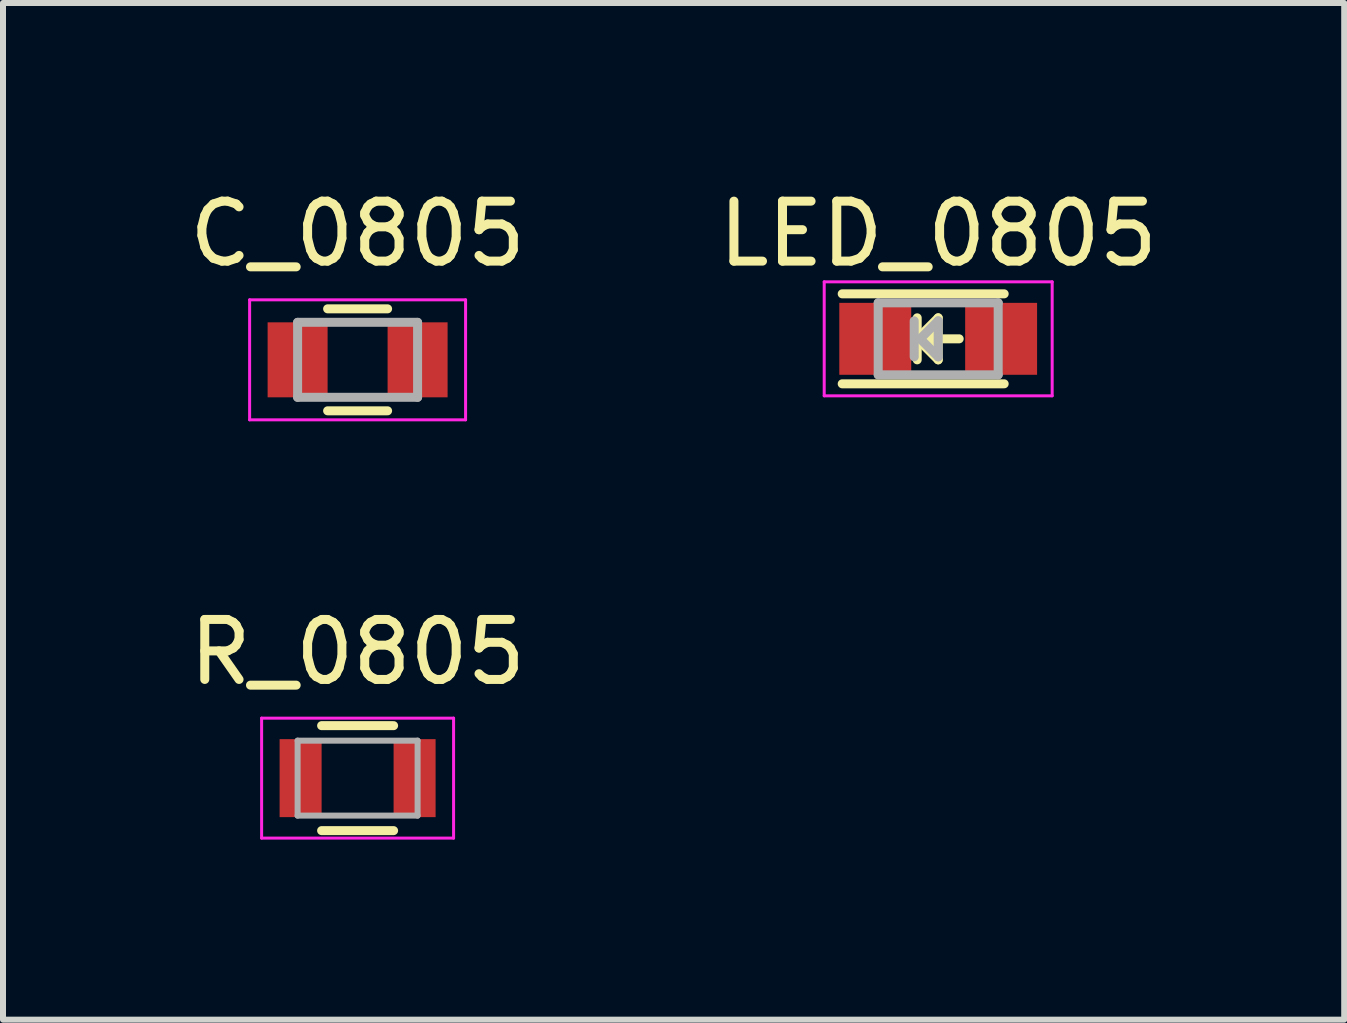
<source format=kicad_pcb>
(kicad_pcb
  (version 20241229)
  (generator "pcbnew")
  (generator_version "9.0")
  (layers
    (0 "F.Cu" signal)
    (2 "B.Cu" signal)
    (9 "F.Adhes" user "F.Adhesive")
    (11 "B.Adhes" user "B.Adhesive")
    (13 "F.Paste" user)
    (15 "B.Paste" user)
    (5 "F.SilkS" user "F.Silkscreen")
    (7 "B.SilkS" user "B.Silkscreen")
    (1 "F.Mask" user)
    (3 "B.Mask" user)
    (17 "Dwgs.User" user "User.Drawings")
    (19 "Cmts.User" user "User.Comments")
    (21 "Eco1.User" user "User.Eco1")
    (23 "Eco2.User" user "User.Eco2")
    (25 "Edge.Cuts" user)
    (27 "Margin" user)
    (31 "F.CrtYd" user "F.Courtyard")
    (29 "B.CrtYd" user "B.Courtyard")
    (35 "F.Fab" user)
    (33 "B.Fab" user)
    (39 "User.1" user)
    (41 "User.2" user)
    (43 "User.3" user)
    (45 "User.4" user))
  (footprint "LED_0805"
    (layer "F.Cu")
    (at 12.589 2.598)
    (property "Reference" "LED_0805" (at 0 -1.75 0) (layer "F.SilkS") (effects (font (size 1 1) (thickness 0.15))))
    (attr smd)
    (fp_line (start -1.6 -0.75) (end 1.1 -0.75) (stroke (width 0.15) (type solid)) (layer "F.SilkS"))
    (fp_line (start -1.6 0.75) (end 1.1 0.75) (stroke (width 0.15) (type solid)) (layer "F.SilkS"))
    (fp_line (start -0.35 -0.35) (end -0.35 0.35) (stroke (width 0.15) (type solid)) (layer "F.SilkS"))
    (fp_line (start -0.35 0) (end 0 -0.35) (stroke (width 0.15) (type solid)) (layer "F.SilkS"))
    (fp_line (start -0.1 -0.1) (end -0.25 0.05) (stroke (width 0.15) (type solid)) (layer "F.SilkS"))
    (fp_line (start -0.1 0.15) (end -0.1 -0.1) (stroke (width 0.15) (type solid)) (layer "F.SilkS"))
    (fp_line (start 0 -0.35) (end 0 0.35) (stroke (width 0.15) (type solid)) (layer "F.SilkS"))
    (fp_line (start 0 0) (end 0.35 0) (stroke (width 0.15) (type solid)) (layer "F.SilkS"))
    (fp_line (start 0 0.35) (end -0.35 0) (stroke (width 0.15) (type solid)) (layer "F.SilkS"))
    (fp_line (start -1.9 -0.95) (end 1.9 -0.95) (stroke (width 0.05) (type solid)) (layer "F.CrtYd"))
    (fp_line (start -1.9 0.95) (end -1.9 -0.95) (stroke (width 0.05) (type solid)) (layer "F.CrtYd"))
    (fp_line (start 1.9 -0.95) (end 1.9 0.95) (stroke (width 0.05) (type solid)) (layer "F.CrtYd"))
    (fp_line (start 1.9 0.95) (end -1.9 0.95) (stroke (width 0.05) (type solid)) (layer "F.CrtYd"))
    (fp_line (start -1 -0.6) (end -1 0.6) (stroke (width 0.15) (type solid)) (layer "F.Fab"))
    (fp_line (start -1 0.6) (end 1 0.6) (stroke (width 0.15) (type solid)) (layer "F.Fab"))
    (fp_line (start -0.4 -0.3) (end -0.4 0.3) (stroke (width 0.15) (type solid)) (layer "F.Fab"))
    (fp_line (start -0.3 0) (end 0 -0.3) (stroke (width 0.15) (type solid)) (layer "F.Fab"))
    (fp_line (start 0 -0.3) (end 0 0.3) (stroke (width 0.15) (type solid)) (layer "F.Fab"))
    (fp_line (start 0 0.3) (end -0.3 0) (stroke (width 0.15) (type solid)) (layer "F.Fab"))
    (fp_line (start 1 -0.6) (end -1 -0.6) (stroke (width 0.15) (type solid)) (layer "F.Fab"))
    (fp_line (start 1 0.6) (end 1 -0.6) (stroke (width 0.15) (type solid)) (layer "F.Fab"))
    (pad "1" smd rect (at -1.049 0 180) (size 1.199 1.199) (layers "F.Cu" "F.Mask" "F.Paste"))
    (pad "2" smd rect (at 1.049 0 180) (size 1.199 1.199) (layers "F.Cu" "F.Mask" "F.Paste")))
  (footprint "R_0805"
    (layer "F.Cu")
    (at 2.911 9.921)
    (property "Reference" "R_0805" (at 0 -2.1 0) (layer "F.SilkS") (effects (font (size 1 1) (thickness 0.15))))
    (attr smd)
    (fp_line (start -0.6 -0.875) (end 0.6 -0.875) (stroke (width 0.15) (type solid)) (layer "F.SilkS"))
    (fp_line (start 0.6 0.875) (end -0.6 0.875) (stroke (width 0.15) (type solid)) (layer "F.SilkS"))
    (fp_line (start -1.6 -1) (end -1.6 1) (stroke (width 0.05) (type solid)) (layer "F.CrtYd"))
    (fp_line (start -1.6 -1) (end 1.6 -1) (stroke (width 0.05) (type solid)) (layer "F.CrtYd"))
    (fp_line (start -1.6 1) (end 1.6 1) (stroke (width 0.05) (type solid)) (layer "F.CrtYd"))
    (fp_line (start 1.6 -1) (end 1.6 1) (stroke (width 0.05) (type solid)) (layer "F.CrtYd"))
    (fp_line (start -1 -0.625) (end 1 -0.625) (stroke (width 0.1) (type solid)) (layer "F.Fab"))
    (fp_line (start -1 0.625) (end -1 -0.625) (stroke (width 0.1) (type solid)) (layer "F.Fab"))
    (fp_line (start 1 -0.625) (end 1 0.625) (stroke (width 0.1) (type solid)) (layer "F.Fab"))
    (fp_line (start 1 0.625) (end -1 0.625) (stroke (width 0.1) (type solid)) (layer "F.Fab"))
    (pad "1" smd rect (at -0.95 0) (size 0.7 1.3) (layers "F.Cu" "F.Mask" "F.Paste"))
    (pad "2" smd rect (at 0.95 0) (size 0.7 1.3) (layers "F.Cu" "F.Mask" "F.Paste")))
  (footprint "C_0805"
    (layer "F.Cu")
    (at 2.911 2.948)
    (property "Reference" "C_0805" (at 0 -2.1 0) (layer "F.SilkS") (effects (font (size 1 1) (thickness 0.15))))
    (attr smd)
    (fp_line (start -0.5 0.85) (end 0.5 0.85) (stroke (width 0.15) (type solid)) (layer "F.SilkS"))
    (fp_line (start 0.5 -0.85) (end -0.5 -0.85) (stroke (width 0.15) (type solid)) (layer "F.SilkS"))
    (fp_line (start -1.8 -1) (end -1.8 1) (stroke (width 0.05) (type solid)) (layer "F.CrtYd"))
    (fp_line (start -1.8 -1) (end 1.8 -1) (stroke (width 0.05) (type solid)) (layer "F.CrtYd"))
    (fp_line (start -1.8 1) (end 1.8 1) (stroke (width 0.05) (type solid)) (layer "F.CrtYd"))
    (fp_line (start 1.8 -1) (end 1.8 1) (stroke (width 0.05) (type solid)) (layer "F.CrtYd"))
    (fp_line (start -1 -0.625) (end 1 -0.625) (stroke (width 0.15) (type solid)) (layer "F.Fab"))
    (fp_line (start -1 0.625) (end -1 -0.625) (stroke (width 0.15) (type solid)) (layer "F.Fab"))
    (fp_line (start 1 -0.625) (end 1 0.625) (stroke (width 0.15) (type solid)) (layer "F.Fab"))
    (fp_line (start 1 0.625) (end -1 0.625) (stroke (width 0.15) (type solid)) (layer "F.Fab"))
    (pad "1" smd rect (at -1 0) (size 1 1.25) (layers "F.Cu" "F.Mask" "F.Paste"))
    (pad "2" smd rect (at 1 0) (size 1 1.25) (layers "F.Cu" "F.Mask" "F.Paste")))
  (gr_rect
    (start -3 -3)
    (end 19.357 13.947)
    (stroke (width 0.1) (type default))
    (fill no)
    (layer "Edge.Cuts")))
</source>
